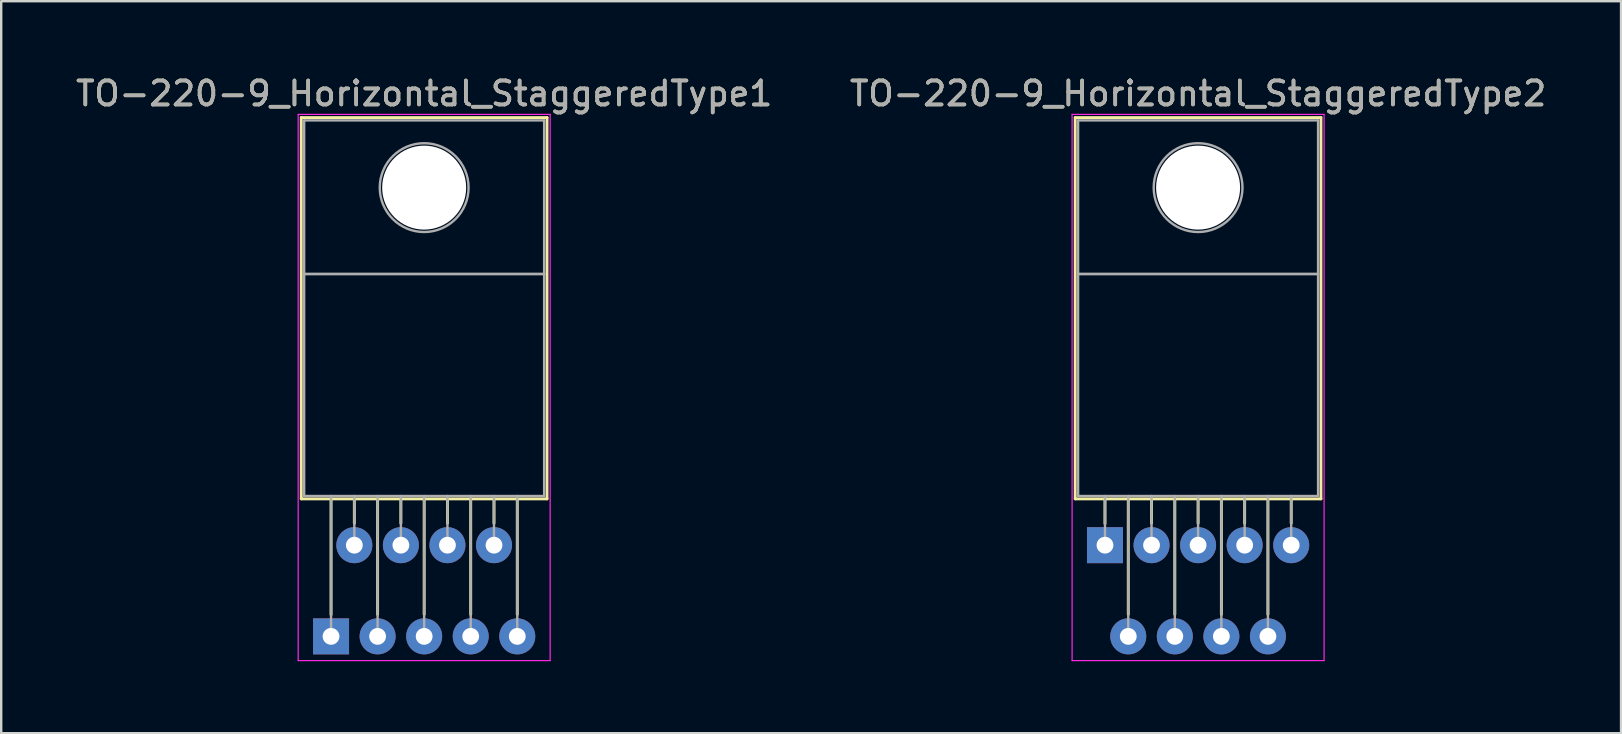
<source format=kicad_pcb>
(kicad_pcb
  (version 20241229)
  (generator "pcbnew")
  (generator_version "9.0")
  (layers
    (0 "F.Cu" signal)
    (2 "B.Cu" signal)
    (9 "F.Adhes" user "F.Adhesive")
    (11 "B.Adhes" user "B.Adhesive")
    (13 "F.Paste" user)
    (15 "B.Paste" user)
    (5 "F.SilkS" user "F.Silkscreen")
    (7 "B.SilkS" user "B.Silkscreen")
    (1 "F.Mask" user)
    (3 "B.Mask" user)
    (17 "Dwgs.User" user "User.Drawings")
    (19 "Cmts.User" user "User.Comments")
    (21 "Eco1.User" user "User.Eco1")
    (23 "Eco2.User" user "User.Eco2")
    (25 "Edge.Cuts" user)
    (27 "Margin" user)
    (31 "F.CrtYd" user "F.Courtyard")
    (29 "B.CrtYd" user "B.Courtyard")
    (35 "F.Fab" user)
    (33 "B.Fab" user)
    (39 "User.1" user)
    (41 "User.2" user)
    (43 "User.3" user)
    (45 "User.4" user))
  (footprint "TO-220-9_Horizontal_StaggeredType1"
    (layer "F.Cu")
    (at 10.745 23.468)
    (property "Reference" "TO-220-9_Horizontal_StaggeredType1" (at 3.88 -22.62 0) (layer "F.SilkS") (effects (font (size 1 1) (thickness 0.15))))
    (attr through_hole)
    (fp_line (start -1.241 -21.62) (end -1.241 -5.73) (stroke (width 0.12) (type solid)) (layer "F.SilkS"))
    (fp_line (start -1.241 -21.62) (end 9 -21.62) (stroke (width 0.12) (type solid)) (layer "F.SilkS"))
    (fp_line (start -1.241 -5.73) (end 9 -5.73) (stroke (width 0.12) (type solid)) (layer "F.SilkS"))
    (fp_line (start 0 -5.73) (end 0 -0.9) (stroke (width 0.12) (type solid)) (layer "F.SilkS"))
    (fp_line (start 0.97 -5.73) (end 0.97 -4.716) (stroke (width 0.12) (type solid)) (layer "F.SilkS"))
    (fp_line (start 1.94 -5.73) (end 1.94 -0.915) (stroke (width 0.12) (type solid)) (layer "F.SilkS"))
    (fp_line (start 2.91 -5.73) (end 2.91 -4.716) (stroke (width 0.12) (type solid)) (layer "F.SilkS"))
    (fp_line (start 3.88 -5.73) (end 3.88 -0.915) (stroke (width 0.12) (type solid)) (layer "F.SilkS"))
    (fp_line (start 4.85 -5.73) (end 4.85 -4.716) (stroke (width 0.12) (type solid)) (layer "F.SilkS"))
    (fp_line (start 5.82 -5.73) (end 5.82 -0.915) (stroke (width 0.12) (type solid)) (layer "F.SilkS"))
    (fp_line (start 6.79 -5.73) (end 6.79 -4.716) (stroke (width 0.12) (type solid)) (layer "F.SilkS"))
    (fp_line (start 7.76 -5.73) (end 7.76 -0.915) (stroke (width 0.12) (type solid)) (layer "F.SilkS"))
    (fp_line (start 9 -21.62) (end 9 -5.73) (stroke (width 0.12) (type solid)) (layer "F.SilkS"))
    (fp_line (start -1.37 -21.75) (end -1.37 1.01) (stroke (width 0.05) (type solid)) (layer "F.CrtYd"))
    (fp_line (start -1.37 1.01) (end 9.13 1.01) (stroke (width 0.05) (type solid)) (layer "F.CrtYd"))
    (fp_line (start 9.13 -21.75) (end -1.37 -21.75) (stroke (width 0.05) (type solid)) (layer "F.CrtYd"))
    (fp_line (start 9.13 1.01) (end 9.13 -21.75) (stroke (width 0.05) (type solid)) (layer "F.CrtYd"))
    (fp_line (start -1.12 -21.5) (end 8.88 -21.5) (stroke (width 0.1) (type solid)) (layer "F.Fab"))
    (fp_line (start -1.12 -15.1) (end -1.12 -21.5) (stroke (width 0.1) (type solid)) (layer "F.Fab"))
    (fp_line (start -1.12 -15.1) (end 8.88 -15.1) (stroke (width 0.1) (type solid)) (layer "F.Fab"))
    (fp_line (start -1.12 -5.85) (end -1.12 -15.1) (stroke (width 0.1) (type solid)) (layer "F.Fab"))
    (fp_line (start 0 -5.85) (end 0 0) (stroke (width 0.1) (type solid)) (layer "F.Fab"))
    (fp_line (start 0.97 -5.85) (end 0.97 -3.8) (stroke (width 0.1) (type solid)) (layer "F.Fab"))
    (fp_line (start 1.94 -5.85) (end 1.94 0) (stroke (width 0.1) (type solid)) (layer "F.Fab"))
    (fp_line (start 2.91 -5.85) (end 2.91 -3.8) (stroke (width 0.1) (type solid)) (layer "F.Fab"))
    (fp_line (start 3.88 -5.85) (end 3.88 0) (stroke (width 0.1) (type solid)) (layer "F.Fab"))
    (fp_line (start 4.85 -5.85) (end 4.85 -3.8) (stroke (width 0.1) (type solid)) (layer "F.Fab"))
    (fp_line (start 5.82 -5.85) (end 5.82 0) (stroke (width 0.1) (type solid)) (layer "F.Fab"))
    (fp_line (start 6.79 -5.85) (end 6.79 -3.8) (stroke (width 0.1) (type solid)) (layer "F.Fab"))
    (fp_line (start 7.76 -5.85) (end 7.76 0) (stroke (width 0.1) (type solid)) (layer "F.Fab"))
    (fp_line (start 8.88 -21.5) (end 8.88 -15.1) (stroke (width 0.1) (type solid)) (layer "F.Fab"))
    (fp_line (start 8.88 -15.1) (end -1.12 -15.1) (stroke (width 0.1) (type solid)) (layer "F.Fab"))
    (fp_line (start 8.88 -15.1) (end 8.88 -5.85) (stroke (width 0.1) (type solid)) (layer "F.Fab"))
    (fp_line (start 8.88 -5.85) (end -1.12 -5.85) (stroke (width 0.1) (type solid)) (layer "F.Fab"))
    (fp_circle (center 3.88 -18.7) (end 5.73 -18.7) (stroke (width 0.1) (type solid)) (fill no) (layer "F.Fab"))
    (fp_text user "${REFERENCE}" (at 3.88 -22.62 0) (layer "F.Fab") (effects (font (size 1 1) (thickness 0.15))))
    (pad "" np_thru_hole oval (at 3.88 -18.7) (size 3.5 3.5) (drill 3.5) (layers "*.Cu" "*.Mask"))
    (pad "1" thru_hole rect (at 0 0) (size 1.5 1.5) (drill 0.7) (layers "*.Cu" "*.Mask"))
    (pad "2" thru_hole oval (at 0.97 -3.8) (size 1.5 1.5) (drill 0.7) (layers "*.Cu" "*.Mask"))
    (pad "3" thru_hole oval (at 1.94 0) (size 1.5 1.5) (drill 0.7) (layers "*.Cu" "*.Mask"))
    (pad "4" thru_hole oval (at 2.91 -3.8) (size 1.5 1.5) (drill 0.7) (layers "*.Cu" "*.Mask"))
    (pad "5" thru_hole oval (at 3.88 0) (size 1.5 1.5) (drill 0.7) (layers "*.Cu" "*.Mask"))
    (pad "6" thru_hole oval (at 4.85 -3.8) (size 1.5 1.5) (drill 0.7) (layers "*.Cu" "*.Mask"))
    (pad "7" thru_hole oval (at 5.82 0) (size 1.5 1.5) (drill 0.7) (layers "*.Cu" "*.Mask"))
    (pad "8" thru_hole oval (at 6.79 -3.8) (size 1.5 1.5) (drill 0.7) (layers "*.Cu" "*.Mask"))
    (pad "9" thru_hole oval (at 7.76 0) (size 1.5 1.5) (drill 0.7) (layers "*.Cu" "*.Mask")))
  (footprint "TO-220-9_Horizontal_StaggeredType2"
    (layer "F.Cu")
    (at 42.995 19.668)
    (property "Reference" "TO-220-9_Horizontal_StaggeredType2" (at 3.88 -18.82 0) (layer "F.SilkS") (effects (font (size 1 1) (thickness 0.15))))
    (attr through_hole)
    (fp_line (start -1.241 -17.82) (end -1.241 -1.93) (stroke (width 0.12) (type solid)) (layer "F.SilkS"))
    (fp_line (start -1.241 -17.82) (end 9 -17.82) (stroke (width 0.12) (type solid)) (layer "F.SilkS"))
    (fp_line (start -1.241 -1.93) (end 9 -1.93) (stroke (width 0.12) (type solid)) (layer "F.SilkS"))
    (fp_line (start 0 -1.93) (end 0 -0.9) (stroke (width 0.12) (type solid)) (layer "F.SilkS"))
    (fp_line (start 0.97 -1.93) (end 0.97 2.885) (stroke (width 0.12) (type solid)) (layer "F.SilkS"))
    (fp_line (start 1.94 -1.93) (end 1.94 -0.916) (stroke (width 0.12) (type solid)) (layer "F.SilkS"))
    (fp_line (start 2.91 -1.93) (end 2.91 2.885) (stroke (width 0.12) (type solid)) (layer "F.SilkS"))
    (fp_line (start 3.88 -1.93) (end 3.88 -0.916) (stroke (width 0.12) (type solid)) (layer "F.SilkS"))
    (fp_line (start 4.85 -1.93) (end 4.85 2.885) (stroke (width 0.12) (type solid)) (layer "F.SilkS"))
    (fp_line (start 5.82 -1.93) (end 5.82 -0.916) (stroke (width 0.12) (type solid)) (layer "F.SilkS"))
    (fp_line (start 6.79 -1.93) (end 6.79 2.885) (stroke (width 0.12) (type solid)) (layer "F.SilkS"))
    (fp_line (start 7.76 -1.93) (end 7.76 -0.916) (stroke (width 0.12) (type solid)) (layer "F.SilkS"))
    (fp_line (start 9 -17.82) (end 9 -1.93) (stroke (width 0.12) (type solid)) (layer "F.SilkS"))
    (fp_line (start -1.37 -17.95) (end -1.37 4.81) (stroke (width 0.05) (type solid)) (layer "F.CrtYd"))
    (fp_line (start -1.37 4.81) (end 9.13 4.81) (stroke (width 0.05) (type solid)) (layer "F.CrtYd"))
    (fp_line (start 9.13 -17.95) (end -1.37 -17.95) (stroke (width 0.05) (type solid)) (layer "F.CrtYd"))
    (fp_line (start 9.13 4.81) (end 9.13 -17.95) (stroke (width 0.05) (type solid)) (layer "F.CrtYd"))
    (fp_line (start -1.12 -17.7) (end 8.88 -17.7) (stroke (width 0.1) (type solid)) (layer "F.Fab"))
    (fp_line (start -1.12 -11.3) (end -1.12 -17.7) (stroke (width 0.1) (type solid)) (layer "F.Fab"))
    (fp_line (start -1.12 -11.3) (end 8.88 -11.3) (stroke (width 0.1) (type solid)) (layer "F.Fab"))
    (fp_line (start -1.12 -2.05) (end -1.12 -11.3) (stroke (width 0.1) (type solid)) (layer "F.Fab"))
    (fp_line (start 0 -2.05) (end 0 0) (stroke (width 0.1) (type solid)) (layer "F.Fab"))
    (fp_line (start 0.97 -2.05) (end 0.97 3.8) (stroke (width 0.1) (type solid)) (layer "F.Fab"))
    (fp_line (start 1.94 -2.05) (end 1.94 0) (stroke (width 0.1) (type solid)) (layer "F.Fab"))
    (fp_line (start 2.91 -2.05) (end 2.91 3.8) (stroke (width 0.1) (type solid)) (layer "F.Fab"))
    (fp_line (start 3.88 -2.05) (end 3.88 0) (stroke (width 0.1) (type solid)) (layer "F.Fab"))
    (fp_line (start 4.85 -2.05) (end 4.85 3.8) (stroke (width 0.1) (type solid)) (layer "F.Fab"))
    (fp_line (start 5.82 -2.05) (end 5.82 0) (stroke (width 0.1) (type solid)) (layer "F.Fab"))
    (fp_line (start 6.79 -2.05) (end 6.79 3.8) (stroke (width 0.1) (type solid)) (layer "F.Fab"))
    (fp_line (start 7.76 -2.05) (end 7.76 0) (stroke (width 0.1) (type solid)) (layer "F.Fab"))
    (fp_line (start 8.88 -17.7) (end 8.88 -11.3) (stroke (width 0.1) (type solid)) (layer "F.Fab"))
    (fp_line (start 8.88 -11.3) (end -1.12 -11.3) (stroke (width 0.1) (type solid)) (layer "F.Fab"))
    (fp_line (start 8.88 -11.3) (end 8.88 -2.05) (stroke (width 0.1) (type solid)) (layer "F.Fab"))
    (fp_line (start 8.88 -2.05) (end -1.12 -2.05) (stroke (width 0.1) (type solid)) (layer "F.Fab"))
    (fp_circle (center 3.88 -14.9) (end 5.73 -14.9) (stroke (width 0.1) (type solid)) (fill no) (layer "F.Fab"))
    (fp_text user "${REFERENCE}" (at 3.88 -18.82 0) (layer "F.Fab") (effects (font (size 1 1) (thickness 0.15))))
    (pad "" np_thru_hole oval (at 3.88 -14.9) (size 3.5 3.5) (drill 3.5) (layers "*.Cu" "*.Mask"))
    (pad "1" thru_hole rect (at 0 0) (size 1.5 1.5) (drill 0.7) (layers "*.Cu" "*.Mask"))
    (pad "2" thru_hole oval (at 0.97 3.8) (size 1.5 1.5) (drill 0.7) (layers "*.Cu" "*.Mask"))
    (pad "3" thru_hole oval (at 1.94 0) (size 1.5 1.5) (drill 0.7) (layers "*.Cu" "*.Mask"))
    (pad "4" thru_hole oval (at 2.91 3.8) (size 1.5 1.5) (drill 0.7) (layers "*.Cu" "*.Mask"))
    (pad "5" thru_hole oval (at 3.88 0) (size 1.5 1.5) (drill 0.7) (layers "*.Cu" "*.Mask"))
    (pad "6" thru_hole oval (at 4.85 3.8) (size 1.5 1.5) (drill 0.7) (layers "*.Cu" "*.Mask"))
    (pad "7" thru_hole oval (at 5.82 0) (size 1.5 1.5) (drill 0.7) (layers "*.Cu" "*.Mask"))
    (pad "8" thru_hole oval (at 6.79 3.8) (size 1.5 1.5) (drill 0.7) (layers "*.Cu" "*.Mask"))
    (pad "9" thru_hole oval (at 7.76 0) (size 1.5 1.5) (drill 0.7) (layers "*.Cu" "*.Mask")))
  (gr_rect
    (start -3 -3)
    (end 64.5 27.503)
    (stroke (width 0.1) (type default))
    (fill no)
    (layer "Edge.Cuts")))
</source>
